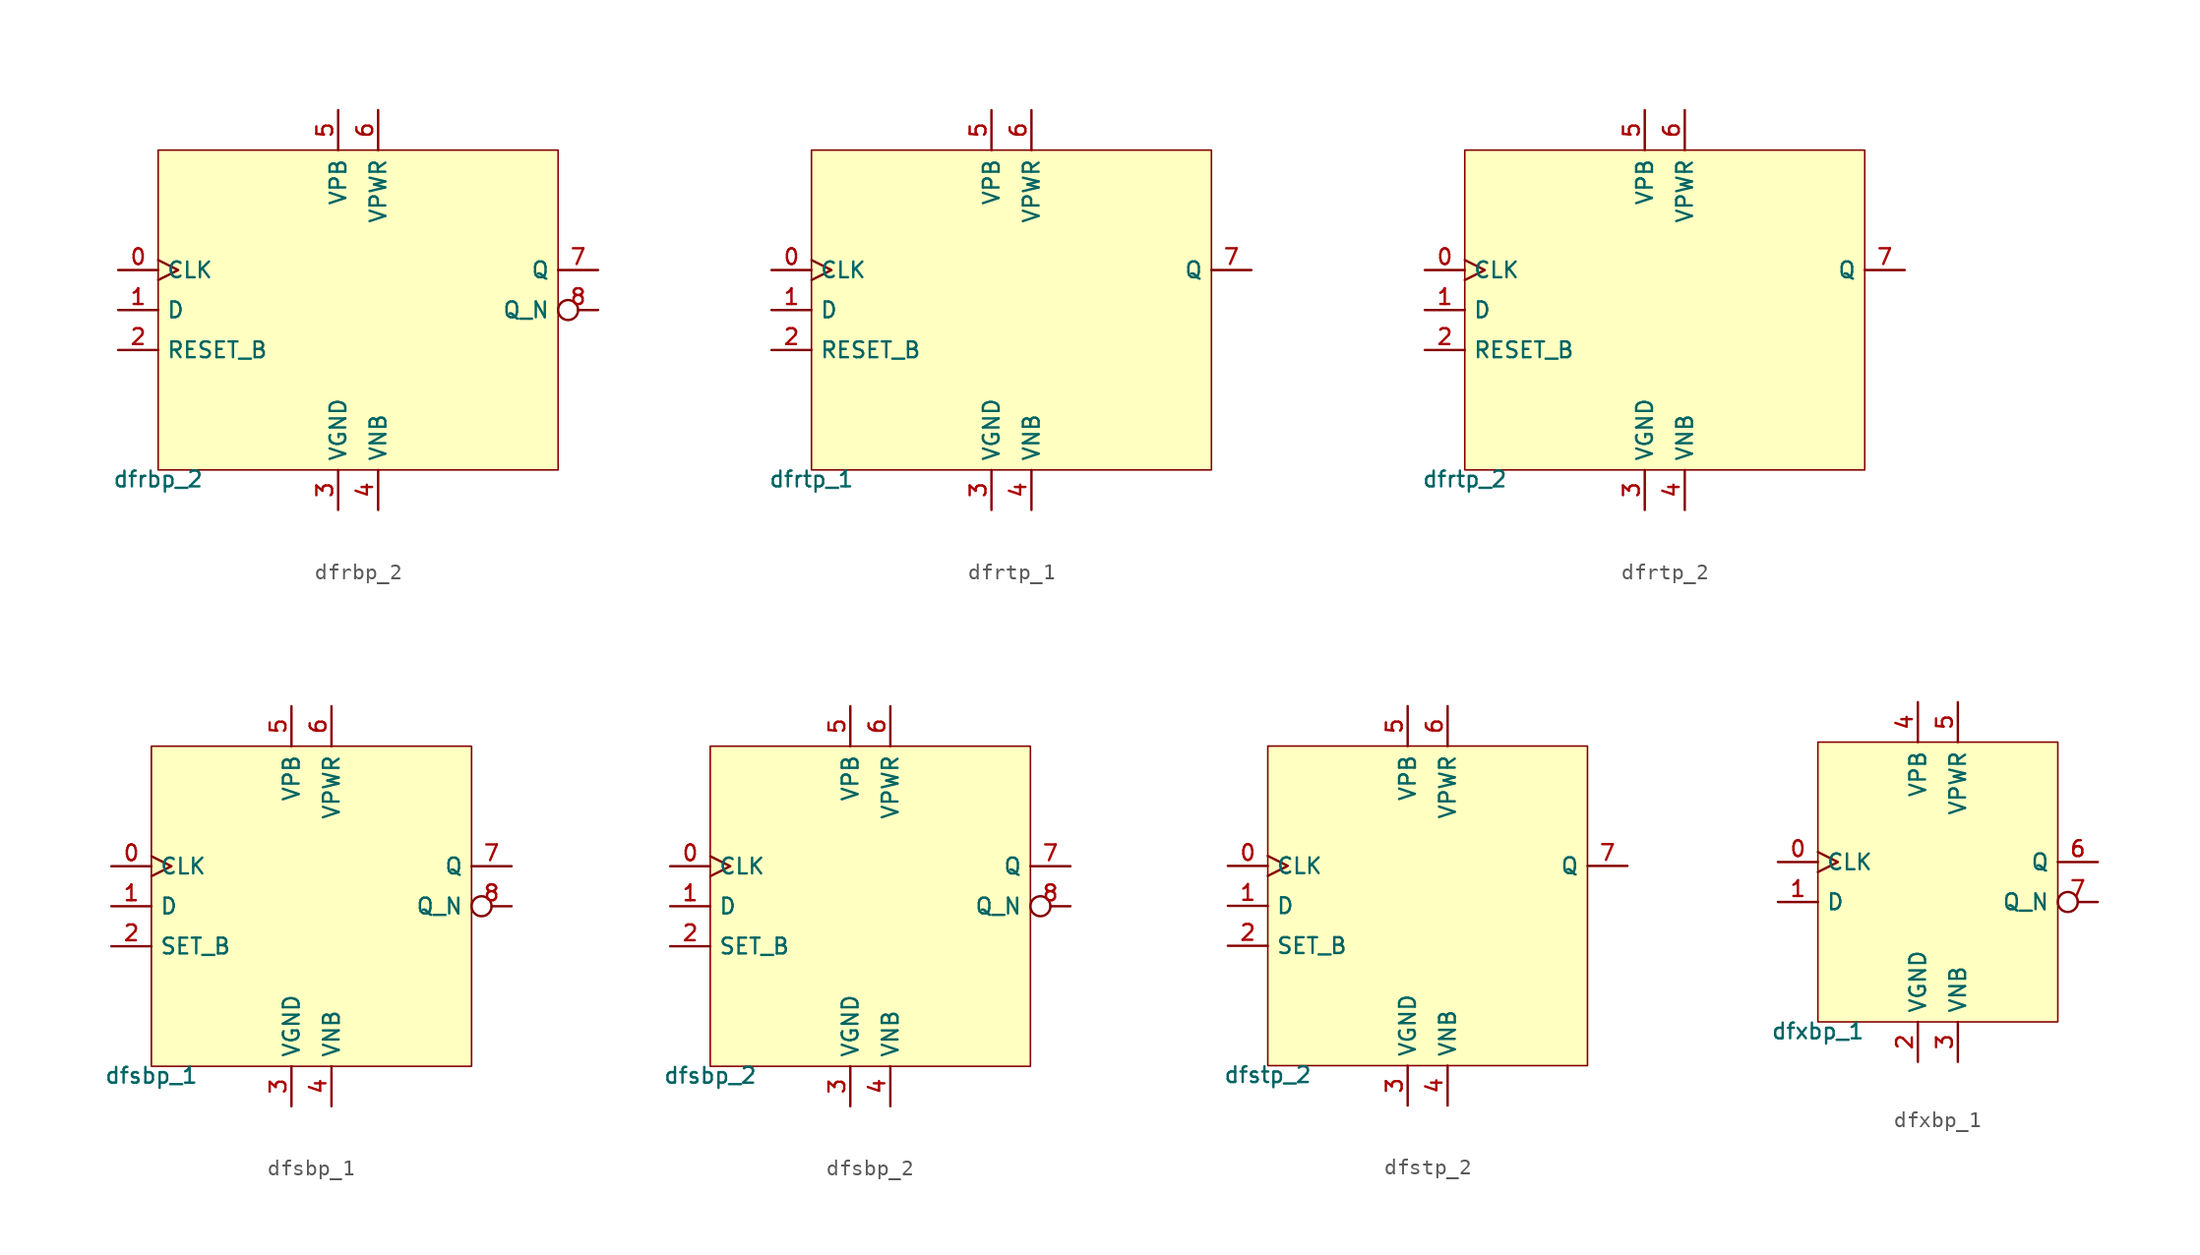
<source format=kicad_sym>
(kicad_symbol_lib
  (version 20211014)
  (generator pdk2kicad)
  (symbol "dfrbp_2"
    (property "Reference" "X"
      (at 0 0 0)
      (effects (font (size 1 1)) hide))
    (property "Value" "dfrbp_2"
      (at -12.7 -10.16 0)
      (effects (font (size 1 1)) (justify top)))
    (rectangle
      (start -12.7 -10.16)
      (end 12.7 10.16)
      (stroke (width 0.1) (type solid) (color 0 0 0 0))
      (fill (type background)))
    (pin input clock
      (at -15.24 2.54 0)
      (length 2.54)
      (name "CLK" (effects (font (size 1 1)) hide))
      (number "0" (effects (font (size 1 1)) hide)))
    (pin input line
      (at -15.24 0.0 0)
      (length 2.54)
      (name "D" (effects (font (size 1 1)) hide))
      (number "1" (effects (font (size 1 1)) hide)))
    (pin input line
      (at -15.24 -2.54 0)
      (length 2.54)
      (name "RESET_B" (effects (font (size 1 1)) hide))
      (number "2" (effects (font (size 1 1)) hide)))
    (pin power_in line
      (at -1.27 -12.7 90)
      (length 2.54)
      (name "VGND" (effects (font (size 1 1)) hide))
      (number "3" (effects (font (size 1 1)) hide)))
    (pin power_in line
      (at 1.27 -12.7 90)
      (length 2.54)
      (name "VNB" (effects (font (size 1 1)) hide))
      (number "4" (effects (font (size 1 1)) hide)))
    (pin power_in line
      (at -1.27 12.7 270)
      (length 2.54)
      (name "VPB" (effects (font (size 1 1)) hide))
      (number "5" (effects (font (size 1 1)) hide)))
    (pin power_in line
      (at 1.27 12.7 270)
      (length 2.54)
      (name "VPWR" (effects (font (size 1 1)) hide))
      (number "6" (effects (font (size 1 1)) hide)))
    (pin output line
      (at 15.24 2.54 180)
      (length 2.54)
      (name "Q" (effects (font (size 1 1)) hide))
      (number "7" (effects (font (size 1 1)) hide)))
    (pin output inverted
      (at 15.24 0.0 180)
      (length 2.54)
      (name "Q_N" (effects (font (size 1 1)) hide))
      (number "8" (effects (font (size 1 1)) hide))))
  (symbol "dfrtp_1"
    (property "Reference" "X"
      (at 0 0 0)
      (effects (font (size 1 1)) hide))
    (property "Value" "dfrtp_1"
      (at -12.7 -10.16 0)
      (effects (font (size 1 1)) (justify top)))
    (rectangle
      (start -12.7 -10.16)
      (end 12.7 10.16)
      (stroke (width 0.1) (type solid) (color 0 0 0 0))
      (fill (type background)))
    (pin input clock
      (at -15.24 2.54 0)
      (length 2.54)
      (name "CLK" (effects (font (size 1 1)) hide))
      (number "0" (effects (font (size 1 1)) hide)))
    (pin input line
      (at -15.24 0.0 0)
      (length 2.54)
      (name "D" (effects (font (size 1 1)) hide))
      (number "1" (effects (font (size 1 1)) hide)))
    (pin input line
      (at -15.24 -2.54 0)
      (length 2.54)
      (name "RESET_B" (effects (font (size 1 1)) hide))
      (number "2" (effects (font (size 1 1)) hide)))
    (pin power_in line
      (at -1.27 -12.7 90)
      (length 2.54)
      (name "VGND" (effects (font (size 1 1)) hide))
      (number "3" (effects (font (size 1 1)) hide)))
    (pin power_in line
      (at 1.27 -12.7 90)
      (length 2.54)
      (name "VNB" (effects (font (size 1 1)) hide))
      (number "4" (effects (font (size 1 1)) hide)))
    (pin power_in line
      (at -1.27 12.7 270)
      (length 2.54)
      (name "VPB" (effects (font (size 1 1)) hide))
      (number "5" (effects (font (size 1 1)) hide)))
    (pin power_in line
      (at 1.27 12.7 270)
      (length 2.54)
      (name "VPWR" (effects (font (size 1 1)) hide))
      (number "6" (effects (font (size 1 1)) hide)))
    (pin output line
      (at 15.24 2.54 180)
      (length 2.54)
      (name "Q" (effects (font (size 1 1)) hide))
      (number "7" (effects (font (size 1 1)) hide))))
  (symbol "dfrtp_2"
    (property "Reference" "X"
      (at 0 0 0)
      (effects (font (size 1 1)) hide))
    (property "Value" "dfrtp_2"
      (at -12.7 -10.16 0)
      (effects (font (size 1 1)) (justify top)))
    (rectangle
      (start -12.7 -10.16)
      (end 12.7 10.16)
      (stroke (width 0.1) (type solid) (color 0 0 0 0))
      (fill (type background)))
    (pin input clock
      (at -15.24 2.54 0)
      (length 2.54)
      (name "CLK" (effects (font (size 1 1)) hide))
      (number "0" (effects (font (size 1 1)) hide)))
    (pin input line
      (at -15.24 0.0 0)
      (length 2.54)
      (name "D" (effects (font (size 1 1)) hide))
      (number "1" (effects (font (size 1 1)) hide)))
    (pin input line
      (at -15.24 -2.54 0)
      (length 2.54)
      (name "RESET_B" (effects (font (size 1 1)) hide))
      (number "2" (effects (font (size 1 1)) hide)))
    (pin power_in line
      (at -1.27 -12.7 90)
      (length 2.54)
      (name "VGND" (effects (font (size 1 1)) hide))
      (number "3" (effects (font (size 1 1)) hide)))
    (pin power_in line
      (at 1.27 -12.7 90)
      (length 2.54)
      (name "VNB" (effects (font (size 1 1)) hide))
      (number "4" (effects (font (size 1 1)) hide)))
    (pin power_in line
      (at -1.27 12.7 270)
      (length 2.54)
      (name "VPB" (effects (font (size 1 1)) hide))
      (number "5" (effects (font (size 1 1)) hide)))
    (pin power_in line
      (at 1.27 12.7 270)
      (length 2.54)
      (name "VPWR" (effects (font (size 1 1)) hide))
      (number "6" (effects (font (size 1 1)) hide)))
    (pin output line
      (at 15.24 2.54 180)
      (length 2.54)
      (name "Q" (effects (font (size 1 1)) hide))
      (number "7" (effects (font (size 1 1)) hide))))
  (symbol "dfsbp_1"
    (property "Reference" "X"
      (at 0 0 0)
      (effects (font (size 1 1)) hide))
    (property "Value" "dfsbp_1"
      (at -10.16 -10.16 0)
      (effects (font (size 1 1)) (justify top)))
    (rectangle
      (start -10.16 -10.16)
      (end 10.16 10.16)
      (stroke (width 0.1) (type solid) (color 0 0 0 0))
      (fill (type background)))
    (pin input clock
      (at -12.7 2.54 0)
      (length 2.54)
      (name "CLK" (effects (font (size 1 1)) hide))
      (number "0" (effects (font (size 1 1)) hide)))
    (pin input line
      (at -12.7 0.0 0)
      (length 2.54)
      (name "D" (effects (font (size 1 1)) hide))
      (number "1" (effects (font (size 1 1)) hide)))
    (pin input line
      (at -12.7 -2.54 0)
      (length 2.54)
      (name "SET_B" (effects (font (size 1 1)) hide))
      (number "2" (effects (font (size 1 1)) hide)))
    (pin power_in line
      (at -1.27 -12.7 90)
      (length 2.54)
      (name "VGND" (effects (font (size 1 1)) hide))
      (number "3" (effects (font (size 1 1)) hide)))
    (pin power_in line
      (at 1.27 -12.7 90)
      (length 2.54)
      (name "VNB" (effects (font (size 1 1)) hide))
      (number "4" (effects (font (size 1 1)) hide)))
    (pin power_in line
      (at -1.27 12.7 270)
      (length 2.54)
      (name "VPB" (effects (font (size 1 1)) hide))
      (number "5" (effects (font (size 1 1)) hide)))
    (pin power_in line
      (at 1.27 12.7 270)
      (length 2.54)
      (name "VPWR" (effects (font (size 1 1)) hide))
      (number "6" (effects (font (size 1 1)) hide)))
    (pin output line
      (at 12.7 2.54 180)
      (length 2.54)
      (name "Q" (effects (font (size 1 1)) hide))
      (number "7" (effects (font (size 1 1)) hide)))
    (pin output inverted
      (at 12.7 0.0 180)
      (length 2.54)
      (name "Q_N" (effects (font (size 1 1)) hide))
      (number "8" (effects (font (size 1 1)) hide))))
  (symbol "dfsbp_2"
    (property "Reference" "X"
      (at 0 0 0)
      (effects (font (size 1 1)) hide))
    (property "Value" "dfsbp_2"
      (at -10.16 -10.16 0)
      (effects (font (size 1 1)) (justify top)))
    (rectangle
      (start -10.16 -10.16)
      (end 10.16 10.16)
      (stroke (width 0.1) (type solid) (color 0 0 0 0))
      (fill (type background)))
    (pin input clock
      (at -12.7 2.54 0)
      (length 2.54)
      (name "CLK" (effects (font (size 1 1)) hide))
      (number "0" (effects (font (size 1 1)) hide)))
    (pin input line
      (at -12.7 0.0 0)
      (length 2.54)
      (name "D" (effects (font (size 1 1)) hide))
      (number "1" (effects (font (size 1 1)) hide)))
    (pin input line
      (at -12.7 -2.54 0)
      (length 2.54)
      (name "SET_B" (effects (font (size 1 1)) hide))
      (number "2" (effects (font (size 1 1)) hide)))
    (pin power_in line
      (at -1.27 -12.7 90)
      (length 2.54)
      (name "VGND" (effects (font (size 1 1)) hide))
      (number "3" (effects (font (size 1 1)) hide)))
    (pin power_in line
      (at 1.27 -12.7 90)
      (length 2.54)
      (name "VNB" (effects (font (size 1 1)) hide))
      (number "4" (effects (font (size 1 1)) hide)))
    (pin power_in line
      (at -1.27 12.7 270)
      (length 2.54)
      (name "VPB" (effects (font (size 1 1)) hide))
      (number "5" (effects (font (size 1 1)) hide)))
    (pin power_in line
      (at 1.27 12.7 270)
      (length 2.54)
      (name "VPWR" (effects (font (size 1 1)) hide))
      (number "6" (effects (font (size 1 1)) hide)))
    (pin output line
      (at 12.7 2.54 180)
      (length 2.54)
      (name "Q" (effects (font (size 1 1)) hide))
      (number "7" (effects (font (size 1 1)) hide)))
    (pin output inverted
      (at 12.7 0.0 180)
      (length 2.54)
      (name "Q_N" (effects (font (size 1 1)) hide))
      (number "8" (effects (font (size 1 1)) hide))))
  (symbol "dfstp_2"
    (property "Reference" "X"
      (at 0 0 0)
      (effects (font (size 1 1)) hide))
    (property "Value" "dfstp_2"
      (at -10.16 -10.16 0)
      (effects (font (size 1 1)) (justify top)))
    (rectangle
      (start -10.16 -10.16)
      (end 10.16 10.16)
      (stroke (width 0.1) (type solid) (color 0 0 0 0))
      (fill (type background)))
    (pin input clock
      (at -12.7 2.54 0)
      (length 2.54)
      (name "CLK" (effects (font (size 1 1)) hide))
      (number "0" (effects (font (size 1 1)) hide)))
    (pin input line
      (at -12.7 0.0 0)
      (length 2.54)
      (name "D" (effects (font (size 1 1)) hide))
      (number "1" (effects (font (size 1 1)) hide)))
    (pin input line
      (at -12.7 -2.54 0)
      (length 2.54)
      (name "SET_B" (effects (font (size 1 1)) hide))
      (number "2" (effects (font (size 1 1)) hide)))
    (pin power_in line
      (at -1.27 -12.7 90)
      (length 2.54)
      (name "VGND" (effects (font (size 1 1)) hide))
      (number "3" (effects (font (size 1 1)) hide)))
    (pin power_in line
      (at 1.27 -12.7 90)
      (length 2.54)
      (name "VNB" (effects (font (size 1 1)) hide))
      (number "4" (effects (font (size 1 1)) hide)))
    (pin power_in line
      (at -1.27 12.7 270)
      (length 2.54)
      (name "VPB" (effects (font (size 1 1)) hide))
      (number "5" (effects (font (size 1 1)) hide)))
    (pin power_in line
      (at 1.27 12.7 270)
      (length 2.54)
      (name "VPWR" (effects (font (size 1 1)) hide))
      (number "6" (effects (font (size 1 1)) hide)))
    (pin output line
      (at 12.7 2.54 180)
      (length 2.54)
      (name "Q" (effects (font (size 1 1)) hide))
      (number "7" (effects (font (size 1 1)) hide))))
  (symbol "dfxbp_1"
    (property "Reference" "X"
      (at 0 0 0)
      (effects (font (size 1 1)) hide))
    (property "Value" "dfxbp_1"
      (at -7.62 -8.89 0)
      (effects (font (size 1 1)) (justify top)))
    (rectangle
      (start -7.62 -8.89)
      (end 7.62 8.89)
      (stroke (width 0.1) (type solid) (color 0 0 0 0))
      (fill (type background)))
    (pin input clock
      (at -10.16 1.27 0)
      (length 2.54)
      (name "CLK" (effects (font (size 1 1)) hide))
      (number "0" (effects (font (size 1 1)) hide)))
    (pin input line
      (at -10.16 -1.27 0)
      (length 2.54)
      (name "D" (effects (font (size 1 1)) hide))
      (number "1" (effects (font (size 1 1)) hide)))
    (pin power_in line
      (at -1.27 -11.43 90)
      (length 2.54)
      (name "VGND" (effects (font (size 1 1)) hide))
      (number "2" (effects (font (size 1 1)) hide)))
    (pin power_in line
      (at 1.27 -11.43 90)
      (length 2.54)
      (name "VNB" (effects (font (size 1 1)) hide))
      (number "3" (effects (font (size 1 1)) hide)))
    (pin power_in line
      (at -1.27 11.43 270)
      (length 2.54)
      (name "VPB" (effects (font (size 1 1)) hide))
      (number "4" (effects (font (size 1 1)) hide)))
    (pin power_in line
      (at 1.27 11.43 270)
      (length 2.54)
      (name "VPWR" (effects (font (size 1 1)) hide))
      (number "5" (effects (font (size 1 1)) hide)))
    (pin output line
      (at 10.16 1.27 180)
      (length 2.54)
      (name "Q" (effects (font (size 1 1)) hide))
      (number "6" (effects (font (size 1 1)) hide)))
    (pin output inverted
      (at 10.16 -1.27 180)
      (length 2.54)
      (name "Q_N" (effects (font (size 1 1)) hide))
      (number "7" (effects (font (size 1 1)) hide)))))
</source>
